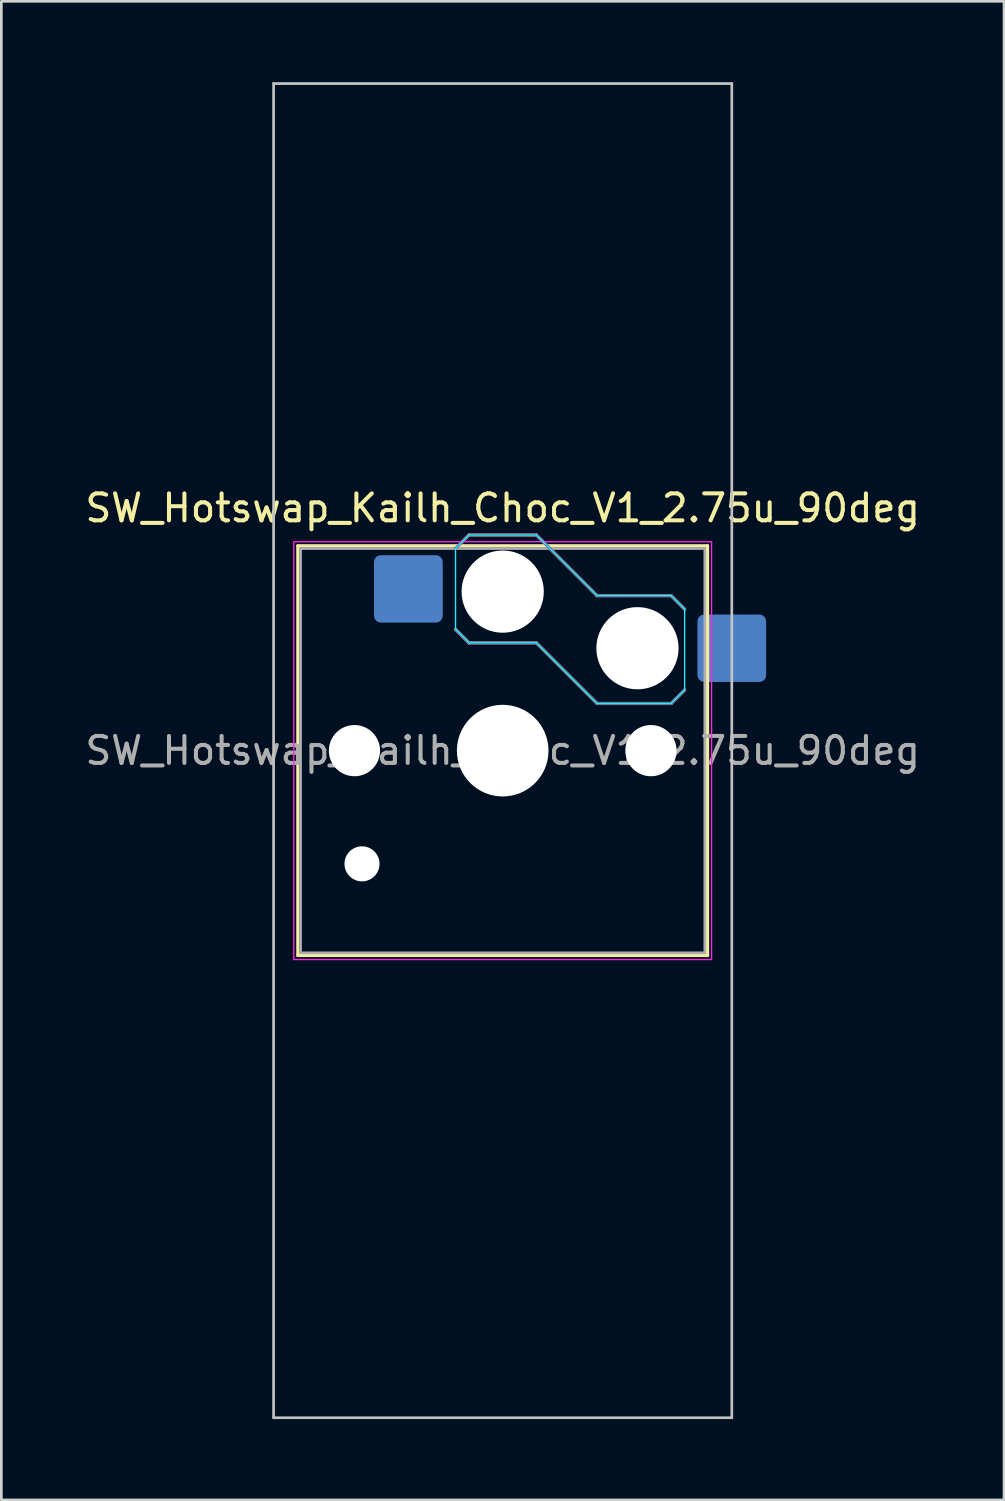
<source format=kicad_pcb>
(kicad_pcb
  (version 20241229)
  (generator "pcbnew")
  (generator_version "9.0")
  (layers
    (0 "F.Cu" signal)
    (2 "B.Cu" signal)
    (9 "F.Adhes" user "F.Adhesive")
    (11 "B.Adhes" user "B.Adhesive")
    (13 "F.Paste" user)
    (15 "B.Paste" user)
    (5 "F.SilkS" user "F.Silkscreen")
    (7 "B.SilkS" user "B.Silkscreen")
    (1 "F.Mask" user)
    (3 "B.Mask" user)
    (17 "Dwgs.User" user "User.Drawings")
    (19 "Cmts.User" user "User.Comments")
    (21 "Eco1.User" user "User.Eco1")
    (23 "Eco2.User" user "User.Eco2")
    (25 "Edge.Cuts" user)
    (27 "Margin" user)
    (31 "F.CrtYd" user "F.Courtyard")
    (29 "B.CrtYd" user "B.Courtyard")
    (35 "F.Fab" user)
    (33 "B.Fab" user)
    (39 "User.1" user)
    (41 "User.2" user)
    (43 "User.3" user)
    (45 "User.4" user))
  (footprint "SW_Hotswap_Kailh_Choc_V1_2.75u_90deg"
    (layer "F.Cu")
    (at 15.601 24.8)
    (property "Reference" "SW_Hotswap_Kailh_Choc_V1_2.75u_90deg" (at 0 -9 0) (layer "F.SilkS") (effects (font (size 1 1) (thickness 0.15))))
    (attr smd)
    (fp_line (start -7.6 -7.6) (end -7.6 7.6) (stroke (width 0.12) (type solid)) (layer "F.SilkS"))
    (fp_line (start -7.6 7.6) (end 7.6 7.6) (stroke (width 0.12) (type solid)) (layer "F.SilkS"))
    (fp_line (start 7.6 -7.6) (end -7.6 -7.6) (stroke (width 0.12) (type solid)) (layer "F.SilkS"))
    (fp_line (start 7.6 7.6) (end 7.6 -7.6) (stroke (width 0.12) (type solid)) (layer "F.SilkS"))
    (fp_line (start -1.75 -7.5) (end -1.25 -8) (stroke (width 0.12) (type solid)) (layer "B.SilkS"))
    (fp_line (start -1.25 -8) (end 1.25 -8) (stroke (width 0.12) (type solid)) (layer "B.SilkS"))
    (fp_line (start -1.25 -4) (end -1.75 -4.5) (stroke (width 0.12) (type solid)) (layer "B.SilkS"))
    (fp_line (start 1.25 -8) (end 3.5 -5.75) (stroke (width 0.12) (type solid)) (layer "B.SilkS"))
    (fp_line (start 1.25 -4) (end -1.25 -4) (stroke (width 0.12) (type solid)) (layer "B.SilkS"))
    (fp_line (start 3.5 -5.75) (end 6.25 -5.75) (stroke (width 0.12) (type solid)) (layer "B.SilkS"))
    (fp_line (start 3.5 -1.75) (end 1.25 -4) (stroke (width 0.12) (type solid)) (layer "B.SilkS"))
    (fp_line (start 6.25 -5.75) (end 6.75 -5.25) (stroke (width 0.12) (type solid)) (layer "B.SilkS"))
    (fp_line (start 6.25 -1.75) (end 3.5 -1.75) (stroke (width 0.12) (type solid)) (layer "B.SilkS"))
    (fp_line (start 6.75 -2.25) (end 6.25 -1.75) (stroke (width 0.12) (type solid)) (layer "B.SilkS"))
    (fp_line (start -8.5 -24.75) (end 8.5 -24.75) (stroke (width 0.1) (type solid)) (layer "Dwgs.User"))
    (fp_line (start -8.5 24.75) (end -8.5 -24.75) (stroke (width 0.1) (type solid)) (layer "Dwgs.User"))
    (fp_line (start 8.5 -24.75) (end 8.5 24.75) (stroke (width 0.1) (type solid)) (layer "Dwgs.User"))
    (fp_line (start 8.5 24.75) (end -8.5 24.75) (stroke (width 0.1) (type solid)) (layer "Dwgs.User"))
    (fp_line (start -7.25 -7.25) (end -7.25 7.25) (stroke (width 0.1) (type solid)) (layer "Eco1.User"))
    (fp_line (start -7.25 7.25) (end 7.25 7.25) (stroke (width 0.1) (type solid)) (layer "Eco1.User"))
    (fp_line (start 7.25 -7.25) (end -7.25 -7.25) (stroke (width 0.1) (type solid)) (layer "Eco1.User"))
    (fp_line (start 7.25 7.25) (end 7.25 -7.25) (stroke (width 0.1) (type solid)) (layer "Eco1.User"))
    (fp_line (start -1.75 -7.5) (end -1.25 -8) (stroke (width 0.05) (type solid)) (layer "B.CrtYd"))
    (fp_line (start -1.75 -4.5) (end -1.75 -7.5) (stroke (width 0.05) (type solid)) (layer "B.CrtYd"))
    (fp_line (start -1.25 -8) (end 1.25 -8) (stroke (width 0.05) (type solid)) (layer "B.CrtYd"))
    (fp_line (start -1.25 -4) (end -1.75 -4.5) (stroke (width 0.05) (type solid)) (layer "B.CrtYd"))
    (fp_line (start 1.25 -8) (end 3.5 -5.75) (stroke (width 0.05) (type solid)) (layer "B.CrtYd"))
    (fp_line (start 1.25 -4) (end -1.25 -4) (stroke (width 0.05) (type solid)) (layer "B.CrtYd"))
    (fp_line (start 3.5 -5.75) (end 6.25 -5.75) (stroke (width 0.05) (type solid)) (layer "B.CrtYd"))
    (fp_line (start 3.5 -1.75) (end 1.25 -4) (stroke (width 0.05) (type solid)) (layer "B.CrtYd"))
    (fp_line (start 6.25 -5.75) (end 6.75 -5.25) (stroke (width 0.05) (type solid)) (layer "B.CrtYd"))
    (fp_line (start 6.25 -1.75) (end 3.5 -1.75) (stroke (width 0.05) (type solid)) (layer "B.CrtYd"))
    (fp_line (start 6.75 -5.25) (end 6.75 -2.25) (stroke (width 0.05) (type solid)) (layer "B.CrtYd"))
    (fp_line (start 6.75 -2.25) (end 6.25 -1.75) (stroke (width 0.05) (type solid)) (layer "B.CrtYd"))
    (fp_line (start -7.75 -7.75) (end -7.75 7.75) (stroke (width 0.05) (type solid)) (layer "F.CrtYd"))
    (fp_line (start -7.75 7.75) (end 7.75 7.75) (stroke (width 0.05) (type solid)) (layer "F.CrtYd"))
    (fp_line (start 7.75 -7.75) (end -7.75 -7.75) (stroke (width 0.05) (type solid)) (layer "F.CrtYd"))
    (fp_line (start 7.75 7.75) (end 7.75 -7.75) (stroke (width 0.05) (type solid)) (layer "F.CrtYd"))
    (fp_line (start -1.75 -7.5) (end -1.25 -8) (stroke (width 0.1) (type solid)) (layer "B.Fab"))
    (fp_line (start -1.25 -8) (end 1.25 -8) (stroke (width 0.1) (type solid)) (layer "B.Fab"))
    (fp_line (start -1.25 -4) (end -1.75 -4.5) (stroke (width 0.1) (type solid)) (layer "B.Fab"))
    (fp_line (start 1.25 -8) (end 3.5 -5.75) (stroke (width 0.1) (type solid)) (layer "B.Fab"))
    (fp_line (start 1.25 -4) (end -1.25 -4) (stroke (width 0.1) (type solid)) (layer "B.Fab"))
    (fp_line (start 3.5 -5.75) (end 6.25 -5.75) (stroke (width 0.1) (type solid)) (layer "B.Fab"))
    (fp_line (start 3.5 -1.75) (end 1.25 -4) (stroke (width 0.1) (type solid)) (layer "B.Fab"))
    (fp_line (start 6.25 -5.75) (end 6.75 -5.25) (stroke (width 0.1) (type solid)) (layer "B.Fab"))
    (fp_line (start 6.25 -1.75) (end 3.5 -1.75) (stroke (width 0.1) (type solid)) (layer "B.Fab"))
    (fp_line (start 6.75 -2.25) (end 6.25 -1.75) (stroke (width 0.1) (type solid)) (layer "B.Fab"))
    (fp_line (start -7.5 -7.5) (end -7.5 7.5) (stroke (width 0.1) (type solid)) (layer "F.Fab"))
    (fp_line (start -7.5 7.5) (end 7.5 7.5) (stroke (width 0.1) (type solid)) (layer "F.Fab"))
    (fp_line (start 7.5 -7.5) (end -7.5 -7.5) (stroke (width 0.1) (type solid)) (layer "F.Fab"))
    (fp_line (start 7.5 7.5) (end 7.5 -7.5) (stroke (width 0.1) (type solid)) (layer "F.Fab"))
    (fp_text user "${REFERENCE}" (at 0 0 0) (layer "F.Fab") (effects (font (size 1 1) (thickness 0.15))))
    (pad "" np_thru_hole circle (at -5.5 0) (size 1.9 1.9) (drill 1.9) (layers "*.Cu" "*.Mask"))
    (pad "" np_thru_hole circle (at -5.22 4.2) (size 1.3 1.3) (drill 1.3) (layers "*.Cu" "*.Mask"))
    (pad "" np_thru_hole circle (at 0 -5.9) (size 3.05 3.05) (drill 3.05) (layers "*.Cu" "*.Mask"))
    (pad "" np_thru_hole circle (at 0 0) (size 3.4 3.4) (drill 3.4) (layers "*.Cu" "*.Mask"))
    (pad "" np_thru_hole circle (at 5 -3.8) (size 3.05 3.05) (drill 3.05) (layers "*.Cu" "*.Mask"))
    (pad "" np_thru_hole circle (at 5.5 0) (size 1.9 1.9) (drill 1.9) (layers "*.Cu" "*.Mask"))
    (pad "1" smd roundrect (at -3.5 -6) (size 2.55 2.5) (layers "B.Cu" "B.Mask" "B.Paste") (roundrect_rratio 0.1))
    (pad "2" smd roundrect (at 8.5 -3.8) (size 2.55 2.5) (layers "B.Cu" "B.Mask" "B.Paste") (roundrect_rratio 0.1)))
  (gr_rect
    (start -3 -3)
    (end 34.202 52.6)
    (stroke (width 0.1) (type default))
    (fill no)
    (layer "Edge.Cuts")))
</source>
